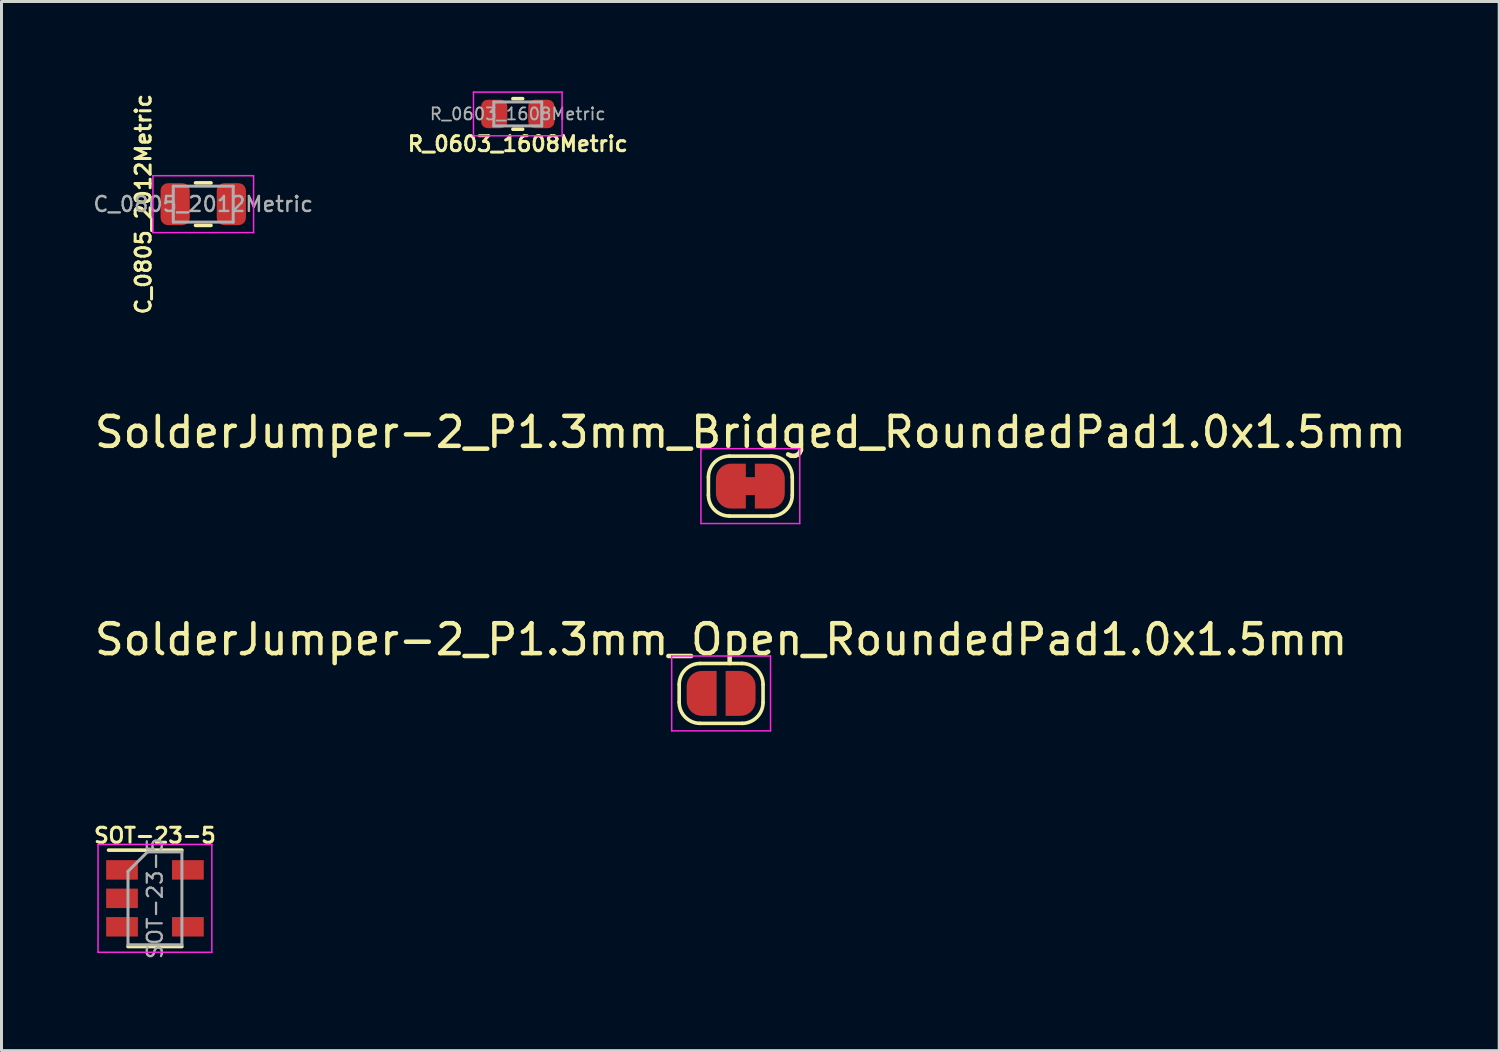
<source format=kicad_pcb>
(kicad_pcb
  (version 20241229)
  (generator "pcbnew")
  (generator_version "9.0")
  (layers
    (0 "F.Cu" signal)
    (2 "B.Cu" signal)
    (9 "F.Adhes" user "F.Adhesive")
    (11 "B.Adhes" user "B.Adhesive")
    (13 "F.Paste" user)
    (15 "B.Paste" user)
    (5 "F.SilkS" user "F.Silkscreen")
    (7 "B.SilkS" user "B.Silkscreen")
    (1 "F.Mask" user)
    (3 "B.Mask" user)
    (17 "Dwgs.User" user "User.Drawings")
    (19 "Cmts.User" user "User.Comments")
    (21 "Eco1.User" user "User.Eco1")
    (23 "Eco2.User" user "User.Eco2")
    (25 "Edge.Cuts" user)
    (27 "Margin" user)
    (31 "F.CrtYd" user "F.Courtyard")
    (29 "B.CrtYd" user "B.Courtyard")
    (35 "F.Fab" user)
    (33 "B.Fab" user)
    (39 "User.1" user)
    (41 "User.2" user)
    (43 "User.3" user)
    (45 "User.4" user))
  (footprint "SolderJumper-2_P1.3mm_Bridged_RoundedPad1.0x1.5mm"
    (layer "F.Cu")
    (at 22.006 13.182)
    (property "Reference" "SolderJumper-2_P1.3mm_Bridged_RoundedPad1.0x1.5mm" (at 0 -1.8 0) (layer "F.SilkS") (effects (font (size 1 1) (thickness 0.15))))
    (attr exclude_from_pos_files exclude_from_bom)
    (fp_poly (pts (xy 0.25 -0.3) (xy -0.25 -0.3) (xy -0.25 0.3) (xy 0.25 0.3)) (stroke (width 0) (type solid)) (fill yes) (layer "F.Cu"))
    (fp_line (start -1.4 0.3) (end -1.4 -0.3) (stroke (width 0.12) (type solid)) (layer "F.SilkS"))
    (fp_line (start -0.7 -1) (end 0.7 -1) (stroke (width 0.12) (type solid)) (layer "F.SilkS"))
    (fp_line (start 0.7 1) (end -0.7 1) (stroke (width 0.12) (type solid)) (layer "F.SilkS"))
    (fp_line (start 1.4 -0.3) (end 1.4 0.3) (stroke (width 0.12) (type solid)) (layer "F.SilkS"))
    (fp_arc (start -1.4 -0.3) (mid -1.194975 -0.794975) (end -0.7 -1) (stroke (width 0.12) (type solid)) (layer "F.SilkS"))
    (fp_arc (start -0.7 1) (mid -1.194975 0.794975) (end -1.4 0.3) (stroke (width 0.12) (type solid)) (layer "F.SilkS"))
    (fp_arc (start 0.7 -1) (mid 1.194975 -0.794975) (end 1.4 -0.3) (stroke (width 0.12) (type solid)) (layer "F.SilkS"))
    (fp_arc (start 1.4 0.3) (mid 1.194975 0.794975) (end 0.7 1) (stroke (width 0.12) (type solid)) (layer "F.SilkS"))
    (fp_line (start -1.65 -1.25) (end -1.65 1.25) (stroke (width 0.05) (type solid)) (layer "F.CrtYd"))
    (fp_line (start -1.65 -1.25) (end 1.65 -1.25) (stroke (width 0.05) (type solid)) (layer "F.CrtYd"))
    (fp_line (start 1.65 1.25) (end -1.65 1.25) (stroke (width 0.05) (type solid)) (layer "F.CrtYd"))
    (fp_line (start 1.65 1.25) (end 1.65 -1.25) (stroke (width 0.05) (type solid)) (layer "F.CrtYd"))
    (pad "1" smd custom (at -0.65 0) (size 1 0.5) (layers "F.Cu" "F.Mask") (options (anchor rect)) (primitives (gr_circle (center 0 0.25) (end 0.5 0.25) (width 0) (fill yes)) (gr_circle (center 0 -0.25) (end 0.5 -0.25) (width 0) (fill yes)) (gr_poly (pts (xy 0 -0.75) (xy 0.5 -0.75) (xy 0.5 0.75) (xy 0 0.75)) (width 0) (fill yes))))
    (pad "2" smd custom (at 0.65 0) (size 1 0.5) (layers "F.Cu" "F.Mask") (options (anchor rect)) (primitives (gr_circle (center 0 0.25) (end 0.5 0.25) (width 0) (fill yes)) (gr_circle (center 0 -0.25) (end 0.5 -0.25) (width 0) (fill yes)) (gr_poly (pts (xy 0 -0.75) (xy -0.5 -0.75) (xy -0.5 0.75) (xy 0 0.75)) (width 0) (fill yes)))))
  (footprint "R_0603_1608Metric"
    (layer "F.Cu")
    (at 14.24 0.755)
    (property "Reference" "R_0603_1608Metric" (at 0 1 0) (layer "F.SilkS") (effects (font (size 0.5 0.5) (thickness 0.1))))
    (attr smd)
    (fp_line (start -0.163 -0.51) (end 0.163 -0.51) (stroke (width 0.12) (type solid)) (layer "F.SilkS"))
    (fp_line (start -0.163 0.51) (end 0.163 0.51) (stroke (width 0.12) (type solid)) (layer "F.SilkS"))
    (fp_line (start -1.48 -0.73) (end 1.48 -0.73) (stroke (width 0.05) (type solid)) (layer "F.CrtYd"))
    (fp_line (start -1.48 0.73) (end -1.48 -0.73) (stroke (width 0.05) (type solid)) (layer "F.CrtYd"))
    (fp_line (start 1.48 -0.73) (end 1.48 0.73) (stroke (width 0.05) (type solid)) (layer "F.CrtYd"))
    (fp_line (start 1.48 0.73) (end -1.48 0.73) (stroke (width 0.05) (type solid)) (layer "F.CrtYd"))
    (fp_line (start -0.8 -0.4) (end 0.8 -0.4) (stroke (width 0.1) (type solid)) (layer "F.Fab"))
    (fp_line (start -0.8 0.4) (end -0.8 -0.4) (stroke (width 0.1) (type solid)) (layer "F.Fab"))
    (fp_line (start 0.8 -0.4) (end 0.8 0.4) (stroke (width 0.1) (type solid)) (layer "F.Fab"))
    (fp_line (start 0.8 0.4) (end -0.8 0.4) (stroke (width 0.1) (type solid)) (layer "F.Fab"))
    (fp_text user "${REFERENCE}" (at 0 0 0) (layer "F.Fab") (effects (font (size 0.4 0.4) (thickness 0.06))))
    (pad "1" smd roundrect (at -0.787 0) (size 0.875 0.95) (layers "F.Cu" "F.Mask" "F.Paste") (roundrect_rratio 0.25))
    (pad "2" smd roundrect (at 0.787 0) (size 0.875 0.95) (layers "F.Cu" "F.Mask" "F.Paste") (roundrect_rratio 0.25)))
  (footprint "C_0805_2012Metric"
    (layer "F.Cu")
    (at 3.737 3.767)
    (property "Reference" "C_0805_2012Metric" (at -2 0 270) (layer "F.SilkS") (effects (font (size 0.5 0.5) (thickness 0.1))))
    (attr smd)
    (fp_line (start -0.259 -0.71) (end 0.259 -0.71) (stroke (width 0.12) (type solid)) (layer "F.SilkS"))
    (fp_line (start -0.259 0.71) (end 0.259 0.71) (stroke (width 0.12) (type solid)) (layer "F.SilkS"))
    (fp_line (start -1.68 -0.95) (end 1.68 -0.95) (stroke (width 0.05) (type solid)) (layer "F.CrtYd"))
    (fp_line (start -1.68 0.95) (end -1.68 -0.95) (stroke (width 0.05) (type solid)) (layer "F.CrtYd"))
    (fp_line (start 1.68 -0.95) (end 1.68 0.95) (stroke (width 0.05) (type solid)) (layer "F.CrtYd"))
    (fp_line (start 1.68 0.95) (end -1.68 0.95) (stroke (width 0.05) (type solid)) (layer "F.CrtYd"))
    (fp_line (start -1 -0.6) (end 1 -0.6) (stroke (width 0.1) (type solid)) (layer "F.Fab"))
    (fp_line (start -1 0.6) (end -1 -0.6) (stroke (width 0.1) (type solid)) (layer "F.Fab"))
    (fp_line (start 1 -0.6) (end 1 0.6) (stroke (width 0.1) (type solid)) (layer "F.Fab"))
    (fp_line (start 1 0.6) (end -1 0.6) (stroke (width 0.1) (type solid)) (layer "F.Fab"))
    (fp_text user "${REFERENCE}" (at 0 0 0) (layer "F.Fab") (effects (font (size 0.5 0.5) (thickness 0.08))))
    (pad "1" smd roundrect (at -0.938 0) (size 0.975 1.4) (layers "F.Cu" "F.Mask" "F.Paste") (roundrect_rratio 0.25))
    (pad "2" smd roundrect (at 0.938 0) (size 0.975 1.4) (layers "F.Cu" "F.Mask" "F.Paste") (roundrect_rratio 0.25)))
  (footprint "SolderJumper-2_P1.3mm_Open_RoundedPad1.0x1.5mm"
    (layer "F.Cu")
    (at 21.03 20.105)
    (property "Reference" "SolderJumper-2_P1.3mm_Open_RoundedPad1.0x1.5mm" (at 0 -1.8 0) (layer "F.SilkS") (effects (font (size 1 1) (thickness 0.15))))
    (attr exclude_from_pos_files exclude_from_bom)
    (fp_line (start -1.4 0.3) (end -1.4 -0.3) (stroke (width 0.12) (type solid)) (layer "F.SilkS"))
    (fp_line (start -0.7 -1) (end 0.7 -1) (stroke (width 0.12) (type solid)) (layer "F.SilkS"))
    (fp_line (start 0.7 1) (end -0.7 1) (stroke (width 0.12) (type solid)) (layer "F.SilkS"))
    (fp_line (start 1.4 -0.3) (end 1.4 0.3) (stroke (width 0.12) (type solid)) (layer "F.SilkS"))
    (fp_arc (start -1.4 -0.3) (mid -1.194975 -0.794975) (end -0.7 -1) (stroke (width 0.12) (type solid)) (layer "F.SilkS"))
    (fp_arc (start -0.7 1) (mid -1.194975 0.794975) (end -1.4 0.3) (stroke (width 0.12) (type solid)) (layer "F.SilkS"))
    (fp_arc (start 0.7 -1) (mid 1.194975 -0.794975) (end 1.4 -0.3) (stroke (width 0.12) (type solid)) (layer "F.SilkS"))
    (fp_arc (start 1.4 0.3) (mid 1.194975 0.794975) (end 0.7 1) (stroke (width 0.12) (type solid)) (layer "F.SilkS"))
    (fp_line (start -1.65 -1.25) (end -1.65 1.25) (stroke (width 0.05) (type solid)) (layer "F.CrtYd"))
    (fp_line (start -1.65 -1.25) (end 1.65 -1.25) (stroke (width 0.05) (type solid)) (layer "F.CrtYd"))
    (fp_line (start 1.65 1.25) (end -1.65 1.25) (stroke (width 0.05) (type solid)) (layer "F.CrtYd"))
    (fp_line (start 1.65 1.25) (end 1.65 -1.25) (stroke (width 0.05) (type solid)) (layer "F.CrtYd"))
    (pad "1" smd custom (at -0.65 0) (size 1 0.5) (layers "F.Cu" "F.Mask") (options (anchor rect)) (primitives (gr_circle (center 0 0.25) (end 0.5 0.25) (width 0) (fill yes)) (gr_circle (center 0 -0.25) (end 0.5 -0.25) (width 0) (fill yes)) (gr_poly (pts (xy 0 -0.75) (xy 0.5 -0.75) (xy 0.5 0.75) (xy 0 0.75)) (width 0) (fill yes))))
    (pad "2" smd custom (at 0.65 0) (size 1 0.5) (layers "F.Cu" "F.Mask") (options (anchor rect)) (primitives (gr_circle (center 0 0.25) (end 0.5 0.25) (width 0) (fill yes)) (gr_circle (center 0 -0.25) (end 0.5 -0.25) (width 0) (fill yes)) (gr_poly (pts (xy 0 -0.75) (xy -0.5 -0.75) (xy -0.5 0.75) (xy 0 0.75)) (width 0) (fill yes)))))
  (footprint "SOT-23-5"
    (layer "F.Cu")
    (at 2.124 26.948)
    (property "Reference" "SOT-23-5" (at 0 -2.1 0) (layer "F.SilkS") (effects (font (size 0.5 0.5) (thickness 0.1))))
    (attr smd)
    (fp_line (start -0.9 1.61) (end 0.9 1.61) (stroke (width 0.12) (type solid)) (layer "F.SilkS"))
    (fp_line (start 0.9 -1.61) (end -1.55 -1.61) (stroke (width 0.12) (type solid)) (layer "F.SilkS"))
    (fp_line (start -1.9 -1.8) (end 1.9 -1.8) (stroke (width 0.05) (type solid)) (layer "F.CrtYd"))
    (fp_line (start -1.9 1.8) (end -1.9 -1.8) (stroke (width 0.05) (type solid)) (layer "F.CrtYd"))
    (fp_line (start 1.9 -1.8) (end 1.9 1.8) (stroke (width 0.05) (type solid)) (layer "F.CrtYd"))
    (fp_line (start 1.9 1.8) (end -1.9 1.8) (stroke (width 0.05) (type solid)) (layer "F.CrtYd"))
    (fp_line (start -0.9 -0.9) (end -0.9 1.55) (stroke (width 0.1) (type solid)) (layer "F.Fab"))
    (fp_line (start -0.9 -0.9) (end -0.25 -1.55) (stroke (width 0.1) (type solid)) (layer "F.Fab"))
    (fp_line (start 0.9 -1.55) (end -0.25 -1.55) (stroke (width 0.1) (type solid)) (layer "F.Fab"))
    (fp_line (start 0.9 -1.55) (end 0.9 1.55) (stroke (width 0.1) (type solid)) (layer "F.Fab"))
    (fp_line (start 0.9 1.55) (end -0.9 1.55) (stroke (width 0.1) (type solid)) (layer "F.Fab"))
    (fp_text user "${REFERENCE}" (at 0 0 90) (layer "F.Fab") (effects (font (size 0.5 0.5) (thickness 0.075))))
    (pad "1" smd rect (at -1.1 -0.95) (size 1.06 0.65) (layers "F.Cu" "F.Mask" "F.Paste"))
    (pad "2" smd rect (at -1.1 0) (size 1.06 0.65) (layers "F.Cu" "F.Mask" "F.Paste"))
    (pad "3" smd rect (at -1.1 0.95) (size 1.06 0.65) (layers "F.Cu" "F.Mask" "F.Paste"))
    (pad "4" smd rect (at 1.1 0.95) (size 1.06 0.65) (layers "F.Cu" "F.Mask" "F.Paste"))
    (pad "5" smd rect (at 1.1 -0.95) (size 1.06 0.65) (layers "F.Cu" "F.Mask" "F.Paste")))
  (gr_rect
    (start -3 -3)
    (end 47.012 32.034)
    (stroke (width 0.1) (type default))
    (fill no)
    (layer "Edge.Cuts")))
</source>
